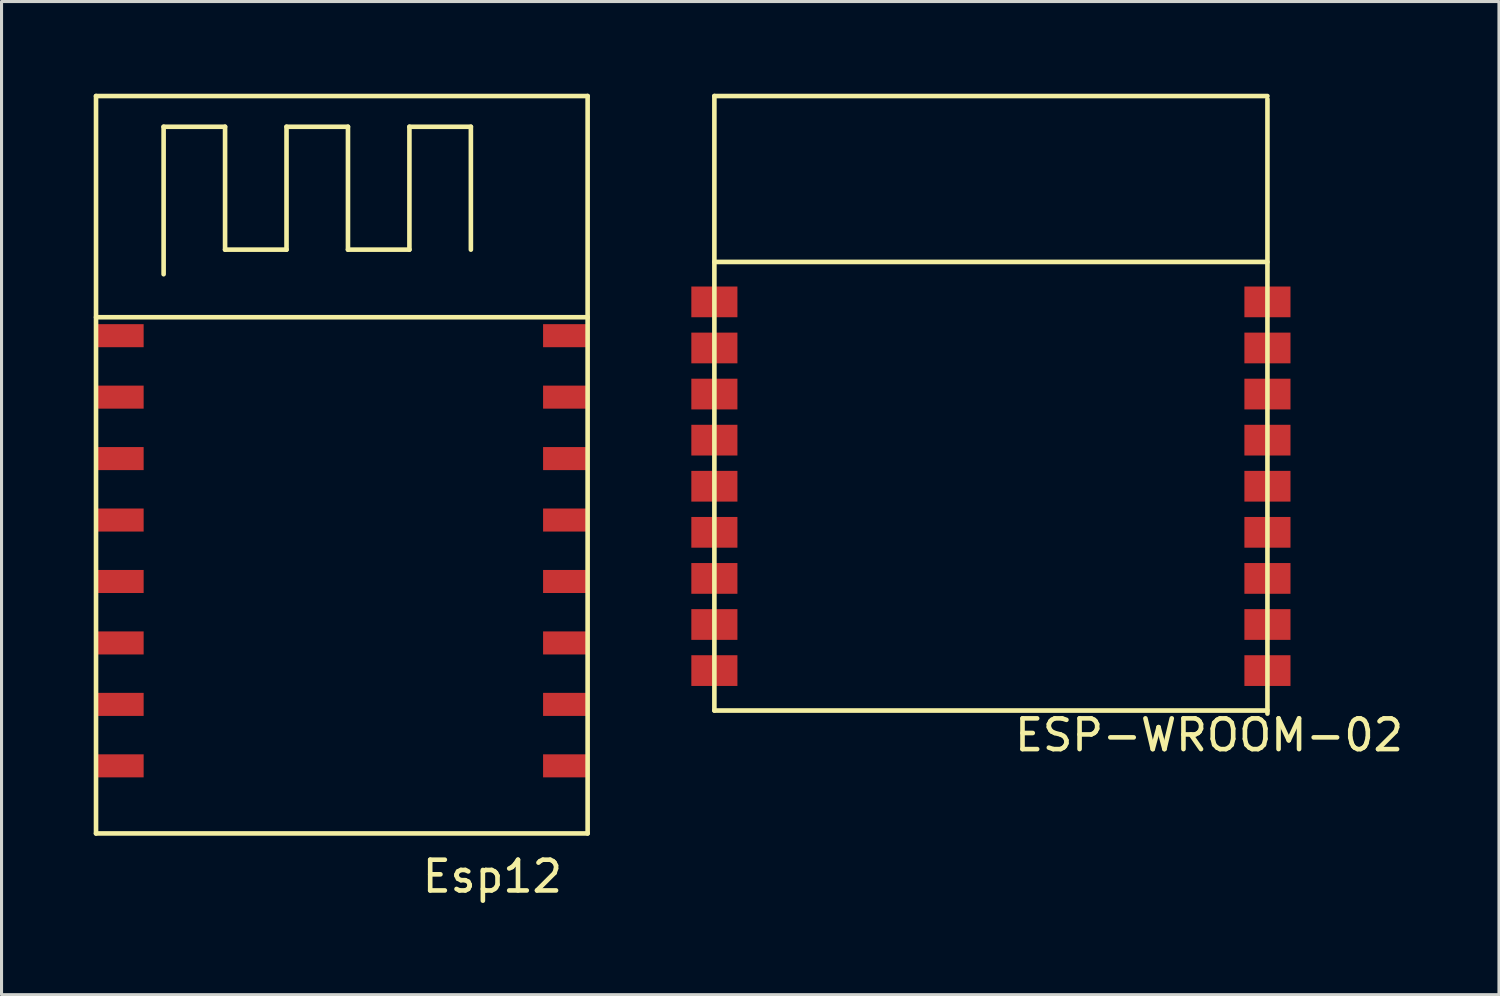
<source format=kicad_pcb>
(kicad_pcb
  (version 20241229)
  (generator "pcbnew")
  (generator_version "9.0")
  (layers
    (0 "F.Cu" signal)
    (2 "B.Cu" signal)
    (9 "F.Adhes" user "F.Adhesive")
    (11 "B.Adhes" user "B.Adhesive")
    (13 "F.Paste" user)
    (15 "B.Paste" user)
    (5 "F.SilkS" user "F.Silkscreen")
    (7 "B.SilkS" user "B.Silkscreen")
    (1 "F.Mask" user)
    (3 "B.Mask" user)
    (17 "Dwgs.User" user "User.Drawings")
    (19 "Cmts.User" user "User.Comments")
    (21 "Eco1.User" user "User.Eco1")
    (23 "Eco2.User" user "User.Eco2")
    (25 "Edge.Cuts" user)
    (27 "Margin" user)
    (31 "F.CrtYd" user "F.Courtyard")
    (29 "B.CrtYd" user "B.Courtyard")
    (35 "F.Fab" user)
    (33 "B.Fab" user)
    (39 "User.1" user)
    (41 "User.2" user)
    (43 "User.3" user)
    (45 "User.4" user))
  (footprint "ESP-WROOM-02"
    (layer "F.Cu")
    (at 19.4 6.275)
    (property "Reference" "ESP-WROOM-02" (at 16.9 14.6 0) (layer "F.SilkS") (effects (font (size 1 1) (thickness 0.15))))
    (attr through_hole)
    (fp_line (start 0.8 -6.2) (end 18.8 -6.2) (stroke (width 0.15) (type solid)) (layer "F.SilkS"))
    (fp_line (start 0.8 -0.8) (end 18.8 -0.8) (stroke (width 0.15) (type solid)) (layer "F.SilkS"))
    (fp_line (start 0.8 13.8) (end 0.8 -6.2) (stroke (width 0.15) (type solid)) (layer "F.SilkS"))
    (fp_line (start 18.8 -6.1) (end 18.8 13.9) (stroke (width 0.15) (type solid)) (layer "F.SilkS"))
    (fp_line (start 18.8 13.8) (end 0.8 13.8) (stroke (width 0.15) (type solid)) (layer "F.SilkS"))
    (pad "1" smd rect (at 0.8 0.5) (size 1.5 1) (layers "F.Cu" "F.Mask" "F.Paste"))
    (pad "2" smd rect (at 0.8 2) (size 1.5 1) (layers "F.Cu" "F.Mask" "F.Paste"))
    (pad "3" smd rect (at 0.8 3.5) (size 1.5 1) (layers "F.Cu" "F.Mask" "F.Paste"))
    (pad "4" smd rect (at 0.8 5) (size 1.5 1) (layers "F.Cu" "F.Mask" "F.Paste"))
    (pad "5" smd rect (at 0.8 6.5) (size 1.5 1) (layers "F.Cu" "F.Mask" "F.Paste"))
    (pad "6" smd rect (at 0.8 8) (size 1.5 1) (layers "F.Cu" "F.Mask" "F.Paste"))
    (pad "7" smd rect (at 0.8 9.5) (size 1.5 1) (layers "F.Cu" "F.Mask" "F.Paste"))
    (pad "8" smd rect (at 0.8 11) (size 1.5 1) (layers "F.Cu" "F.Mask" "F.Paste"))
    (pad "9" smd rect (at 0.8 12.5) (size 1.5 1) (layers "F.Cu" "F.Mask" "F.Paste"))
    (pad "10" smd rect (at 18.8 12.5) (size 1.5 1) (layers "F.Cu" "F.Mask" "F.Paste"))
    (pad "11" smd rect (at 18.8 11) (size 1.5 1) (layers "F.Cu" "F.Mask" "F.Paste"))
    (pad "12" smd rect (at 18.8 9.5) (size 1.5 1) (layers "F.Cu" "F.Mask" "F.Paste"))
    (pad "13" smd rect (at 18.8 8) (size 1.5 1) (layers "F.Cu" "F.Mask" "F.Paste"))
    (pad "14" smd rect (at 18.8 6.5) (size 1.5 1) (layers "F.Cu" "F.Mask" "F.Paste"))
    (pad "15" smd rect (at 18.8 5) (size 1.5 1) (layers "F.Cu" "F.Mask" "F.Paste"))
    (pad "16" smd rect (at 18.8 3.5) (size 1.5 1) (layers "F.Cu" "F.Mask" "F.Paste"))
    (pad "17" smd rect (at 18.8 2) (size 1.5 1) (layers "F.Cu" "F.Mask" "F.Paste"))
    (pad "18" smd rect (at 18.8 0.5) (size 1.5 1) (layers "F.Cu" "F.Mask" "F.Paste")))
  (footprint "Esp12"
    (layer "F.Cu")
    (at 0.875 7.875)
    (property "Reference" "Esp12" (at 12.1 17.6 0) (layer "F.SilkS") (effects (font (size 1 1) (thickness 0.15))))
    (attr through_hole)
    (fp_line (start -0.8 -7.8) (end 15.2 -7.8) (stroke (width 0.15) (type solid)) (layer "F.SilkS"))
    (fp_line (start -0.8 -0.6) (end 15.2 -0.6) (stroke (width 0.15) (type solid)) (layer "F.SilkS"))
    (fp_line (start -0.8 16.2) (end -0.8 -7.8) (stroke (width 0.15) (type solid)) (layer "F.SilkS"))
    (fp_line (start 1.4 -6.8) (end 3.4 -6.8) (stroke (width 0.15) (type solid)) (layer "F.SilkS"))
    (fp_line (start 1.4 -2) (end 1.4 -6.8) (stroke (width 0.15) (type solid)) (layer "F.SilkS"))
    (fp_line (start 3.4 -6.8) (end 3.4 -2.8) (stroke (width 0.15) (type solid)) (layer "F.SilkS"))
    (fp_line (start 3.4 -2.8) (end 5.4 -2.8) (stroke (width 0.15) (type solid)) (layer "F.SilkS"))
    (fp_line (start 5.4 -6.8) (end 7.4 -6.8) (stroke (width 0.15) (type solid)) (layer "F.SilkS"))
    (fp_line (start 5.4 -2.8) (end 5.4 -6.8) (stroke (width 0.15) (type solid)) (layer "F.SilkS"))
    (fp_line (start 7.4 -6.8) (end 7.4 -2.8) (stroke (width 0.15) (type solid)) (layer "F.SilkS"))
    (fp_line (start 7.4 -2.8) (end 9.4 -2.8) (stroke (width 0.15) (type solid)) (layer "F.SilkS"))
    (fp_line (start 9.4 -6.8) (end 11.4 -6.8) (stroke (width 0.15) (type solid)) (layer "F.SilkS"))
    (fp_line (start 9.4 -2.8) (end 9.4 -6.8) (stroke (width 0.15) (type solid)) (layer "F.SilkS"))
    (fp_line (start 11.4 -6.8) (end 11.4 -2.8) (stroke (width 0.15) (type solid)) (layer "F.SilkS"))
    (fp_line (start 15.2 -7.8) (end 15.2 16.2) (stroke (width 0.15) (type solid)) (layer "F.SilkS"))
    (fp_line (start 15.2 16.2) (end -0.8 16.2) (stroke (width 0.15) (type solid)) (layer "F.SilkS"))
    (pad "1" smd rect (at 0 0) (size 1.5 0.75) (layers "F.Cu" "F.Mask" "F.Paste"))
    (pad "2" smd rect (at 0 2) (size 1.5 0.75) (layers "F.Cu" "F.Mask" "F.Paste"))
    (pad "3" smd rect (at 0 4) (size 1.5 0.75) (layers "F.Cu" "F.Mask" "F.Paste"))
    (pad "4" smd rect (at 0 6) (size 1.5 0.75) (layers "F.Cu" "F.Mask" "F.Paste"))
    (pad "5" smd rect (at 0 8) (size 1.5 0.75) (layers "F.Cu" "F.Mask" "F.Paste"))
    (pad "6" smd rect (at 0 10) (size 1.5 0.75) (layers "F.Cu" "F.Mask" "F.Paste"))
    (pad "7" smd rect (at 0 12) (size 1.5 0.75) (layers "F.Cu" "F.Mask" "F.Paste"))
    (pad "8" smd rect (at 0 14) (size 1.5 0.75) (layers "F.Cu" "F.Mask" "F.Paste"))
    (pad "9" smd rect (at 14.5 14) (size 1.5 0.75) (layers "F.Cu" "F.Mask" "F.Paste"))
    (pad "10" smd rect (at 14.5 12) (size 1.5 0.75) (layers "F.Cu" "F.Mask" "F.Paste"))
    (pad "11" smd rect (at 14.5 10) (size 1.5 0.75) (layers "F.Cu" "F.Mask" "F.Paste"))
    (pad "12" smd rect (at 14.5 8) (size 1.5 0.75) (layers "F.Cu" "F.Mask" "F.Paste"))
    (pad "13" smd rect (at 14.5 6) (size 1.5 0.75) (layers "F.Cu" "F.Mask" "F.Paste"))
    (pad "14" smd rect (at 14.5 4) (size 1.5 0.75) (layers "F.Cu" "F.Mask" "F.Paste"))
    (pad "15" smd rect (at 14.5 2) (size 1.5 0.75) (layers "F.Cu" "F.Mask" "F.Paste"))
    (pad "16" smd rect (at 14.5 0) (size 1.5 0.75) (layers "F.Cu" "F.Mask" "F.Paste")))
  (gr_rect
    (start -3 -3)
    (end 45.735 29.323)
    (stroke (width 0.1) (type default))
    (fill no)
    (layer "Edge.Cuts")))
</source>
